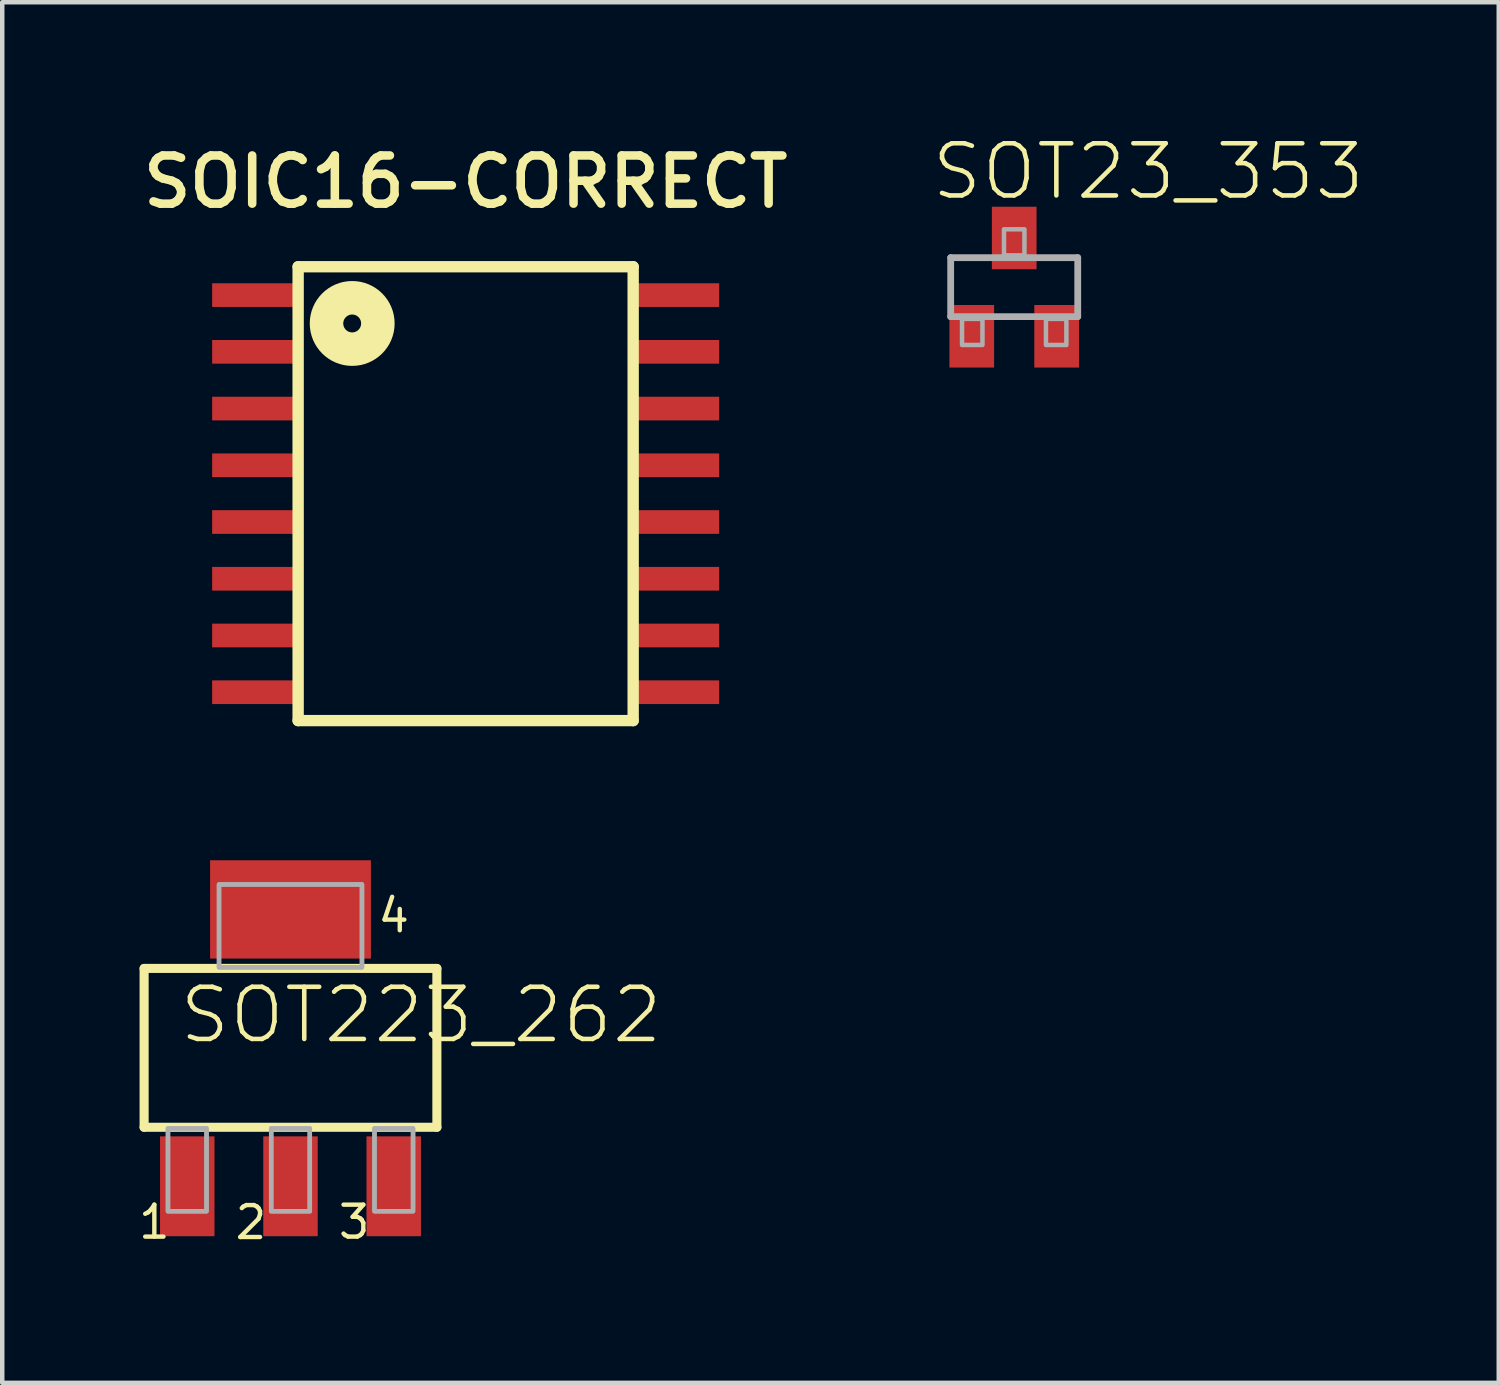
<source format=kicad_pcb>
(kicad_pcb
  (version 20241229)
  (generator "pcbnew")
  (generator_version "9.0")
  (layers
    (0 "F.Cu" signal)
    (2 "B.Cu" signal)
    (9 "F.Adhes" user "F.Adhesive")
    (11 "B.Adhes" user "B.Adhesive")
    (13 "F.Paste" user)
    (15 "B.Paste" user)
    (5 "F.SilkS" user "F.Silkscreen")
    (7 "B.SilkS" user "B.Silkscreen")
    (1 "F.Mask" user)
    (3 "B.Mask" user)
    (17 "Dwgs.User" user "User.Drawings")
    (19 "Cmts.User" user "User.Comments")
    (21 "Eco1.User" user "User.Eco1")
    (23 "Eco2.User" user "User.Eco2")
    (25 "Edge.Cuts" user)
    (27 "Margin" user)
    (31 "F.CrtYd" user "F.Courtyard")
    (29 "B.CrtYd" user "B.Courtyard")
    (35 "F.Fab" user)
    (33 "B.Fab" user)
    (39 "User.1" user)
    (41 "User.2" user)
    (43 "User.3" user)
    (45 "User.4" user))
  (footprint "SOT23_353"
    (layer "F.Cu")
    (at 19.654 3.378)
    (property "Reference" "SOT23_353" (at -1.905 -1.905 0) (unlocked yes) (layer "F.SilkS") (effects (font (size 1.168 1.168) (thickness 0.102)) (justify left bottom)))
    (fp_line (start -1.422 -0.66) (end 1.422 -0.66) (stroke (width 0.152) (type solid)) (layer "F.Fab"))
    (fp_line (start -1.422 0.66) (end -1.422 -0.66) (stroke (width 0.152) (type solid)) (layer "F.Fab"))
    (fp_line (start 1.422 -0.66) (end 1.422 0.66) (stroke (width 0.152) (type solid)) (layer "F.Fab"))
    (fp_line (start 1.422 0.66) (end -1.422 0.66) (stroke (width 0.152) (type solid)) (layer "F.Fab"))
    (fp_poly (pts (xy -1.168 1.295) (xy -0.711 1.295) (xy -0.711 0.711) (xy -1.168 0.711)) (stroke (width 0.1) (type default)) (fill no) (layer "F.Fab"))
    (fp_poly (pts (xy -0.229 -0.711) (xy 0.229 -0.711) (xy 0.229 -1.295) (xy -0.229 -1.295)) (stroke (width 0.1) (type default)) (fill no) (layer "F.Fab"))
    (fp_poly (pts (xy 0.711 1.295) (xy 1.168 1.295) (xy 1.168 0.711) (xy 0.711 0.711)) (stroke (width 0.1) (type default)) (fill no) (layer "F.Fab"))
    (pad "1" smd rect (at -0.95 1.1) (size 1 1.4) (layers "F.Cu" "F.Mask" "F.Paste"))
    (pad "2" smd rect (at 0.95 1.1) (size 1 1.4) (layers "F.Cu" "F.Mask" "F.Paste"))
    (pad "3" smd rect (at 0 -1.1) (size 1 1.4) (layers "F.Cu" "F.Mask" "F.Paste")))
  (footprint "SOT223_262"
    (layer "F.Cu")
    (at 3.453 20.407)
    (property "Reference" "SOT223_262" (at -2.54 -0.051 0) (unlocked yes) (layer "F.SilkS") (effects (font (size 1.168 1.168) (thickness 0.102)) (justify left bottom)))
    (fp_line (start -3.277 -1.778) (end 3.277 -1.778) (stroke (width 0.203) (type solid)) (layer "F.SilkS"))
    (fp_line (start -3.277 1.778) (end -3.277 -1.778) (stroke (width 0.203) (type solid)) (layer "F.SilkS"))
    (fp_line (start 3.277 -1.778) (end 3.277 1.778) (stroke (width 0.203) (type solid)) (layer "F.SilkS"))
    (fp_line (start 3.277 1.778) (end -3.277 1.778) (stroke (width 0.203) (type solid)) (layer "F.SilkS"))
    (fp_poly (pts (xy -2.743 3.658) (xy -1.88 3.658) (xy -1.88 1.803) (xy -2.743 1.803)) (stroke (width 0.1) (type default)) (fill no) (layer "F.Fab"))
    (fp_poly (pts (xy -2.743 3.658) (xy -1.88 3.658) (xy -1.88 1.803) (xy -2.743 1.803)) (stroke (width 0.1) (type default)) (fill no) (layer "F.Fab"))
    (fp_poly (pts (xy -1.6 -1.803) (xy 1.6 -1.803) (xy 1.6 -3.658) (xy -1.6 -3.658)) (stroke (width 0.1) (type default)) (fill no) (layer "F.Fab"))
    (fp_poly (pts (xy -1.6 -1.803) (xy 1.6 -1.803) (xy 1.6 -3.658) (xy -1.6 -3.658)) (stroke (width 0.1) (type default)) (fill no) (layer "F.Fab"))
    (fp_poly (pts (xy -0.432 3.658) (xy 0.432 3.658) (xy 0.432 1.803) (xy -0.432 1.803)) (stroke (width 0.1) (type default)) (fill no) (layer "F.Fab"))
    (fp_poly (pts (xy -0.432 3.658) (xy 0.432 3.658) (xy 0.432 1.803) (xy -0.432 1.803)) (stroke (width 0.1) (type default)) (fill no) (layer "F.Fab"))
    (fp_poly (pts (xy 1.88 3.658) (xy 2.743 3.658) (xy 2.743 1.803) (xy 1.88 1.803)) (stroke (width 0.1) (type default)) (fill no) (layer "F.Fab"))
    (fp_poly (pts (xy 1.88 3.658) (xy 2.743 3.658) (xy 2.743 1.803) (xy 1.88 1.803)) (stroke (width 0.1) (type default)) (fill no) (layer "F.Fab"))
    (fp_text user "4" (at 1.905 -2.54 0) (unlocked yes) (layer "F.SilkS") (effects (font (size 0.715 0.715) (thickness 0.098)) (justify left bottom)))
    (fp_text user "3" (at 1.021 4.318 0) (unlocked yes) (layer "F.SilkS") (effects (font (size 0.715 0.715) (thickness 0.098)) (justify left bottom)))
    (fp_text user "1" (at -3.453 4.318 0) (unlocked yes) (layer "F.SilkS") (effects (font (size 0.715 0.715) (thickness 0.098)) (justify left bottom)))
    (fp_text user "2" (at -1.291 4.327 0) (unlocked yes) (layer "F.SilkS") (effects (font (size 0.715 0.715) (thickness 0.098)) (justify left bottom)))
    (pad "1" smd rect (at -2.311 3.099) (size 1.219 2.235) (layers "F.Cu" "F.Mask" "F.Paste"))
    (pad "2" smd rect (at 0 3.099) (size 1.219 2.235) (layers "F.Cu" "F.Mask" "F.Paste"))
    (pad "3" smd rect (at 2.311 3.099) (size 1.219 2.235) (layers "F.Cu" "F.Mask" "F.Paste"))
    (pad "4" smd rect (at 0 -3.099) (size 3.6 2.2) (layers "F.Cu" "F.Mask" "F.Paste")))
  (footprint "SOIC16-CORRECT"
    (layer "F.Cu")
    (at 7.374 3.556)
    (property "Reference" "SOIC16-CORRECT" (at 0 -1.905 0) (unlocked yes) (layer "F.SilkS") (effects (font (size 1.079 1.079) (thickness 0.191)) (justify bottom)))
    (fp_line (start -3.75 -0.635) (end -3.75 9.525) (stroke (width 0.254) (type solid)) (layer "F.SilkS"))
    (fp_line (start -3.75 9.525) (end 3.75 9.525) (stroke (width 0.254) (type solid)) (layer "F.SilkS"))
    (fp_line (start 3.75 -0.635) (end -3.75 -0.635) (stroke (width 0.254) (type solid)) (layer "F.SilkS"))
    (fp_line (start 3.75 9.525) (end 3.75 -0.635) (stroke (width 0.254) (type solid)) (layer "F.SilkS"))
    (fp_circle (center -2.54 0.635) (end -2.34 0.635) (stroke (width 0.75) (type solid)) (fill no) (layer "F.SilkS"))
    (pad "32KHZ" smd rect (at -4.685 0) (size 1.98 0.53) (layers "F.Cu" "F.Mask" "F.Paste"))
    (pad "GND" smd rect (at 4.685 3.81) (size 1.98 0.53) (layers "F.Cu" "F.Mask" "F.Paste"))
    (pad "INT" smd rect (at -4.685 2.54) (size 1.98 0.53) (layers "F.Cu" "F.Mask" "F.Paste"))
    (pad "P$5" smd rect (at -4.685 5.08) (size 1.98 0.53) (layers "F.Cu" "F.Mask" "F.Paste"))
    (pad "P$6" smd rect (at -4.685 6.35) (size 1.98 0.53) (layers "F.Cu" "F.Mask" "F.Paste"))
    (pad "P$7" smd rect (at -4.685 7.62) (size 1.98 0.53) (layers "F.Cu" "F.Mask" "F.Paste"))
    (pad "P$8" smd rect (at -4.685 8.89) (size 1.98 0.53) (layers "F.Cu" "F.Mask" "F.Paste"))
    (pad "P$9" smd rect (at 4.685 8.89) (size 1.98 0.53) (layers "F.Cu" "F.Mask" "F.Paste"))
    (pad "P$10" smd rect (at 4.685 7.62) (size 1.98 0.53) (layers "F.Cu" "F.Mask" "F.Paste"))
    (pad "P$11" smd rect (at 4.685 6.35) (size 1.98 0.53) (layers "F.Cu" "F.Mask" "F.Paste"))
    (pad "P$12" smd rect (at 4.685 5.08) (size 1.98 0.53) (layers "F.Cu" "F.Mask" "F.Paste"))
    (pad "RST" smd rect (at -4.685 3.81) (size 1.98 0.53) (layers "F.Cu" "F.Mask" "F.Paste"))
    (pad "SCL" smd rect (at 4.685 0) (size 1.98 0.53) (layers "F.Cu" "F.Mask" "F.Paste"))
    (pad "SDA" smd rect (at 4.685 1.27) (size 1.98 0.53) (layers "F.Cu" "F.Mask" "F.Paste"))
    (pad "VBAT" smd rect (at 4.685 2.54) (size 1.98 0.53) (layers "F.Cu" "F.Mask" "F.Paste"))
    (pad "VCC" smd rect (at -4.685 1.27) (size 1.98 0.53) (layers "F.Cu" "F.Mask" "F.Paste")))
  (gr_rect
    (start -3 -3)
    (end 30.501 27.906)
    (stroke (width 0.1) (type default))
    (fill no)
    (layer "Edge.Cuts")))
</source>
